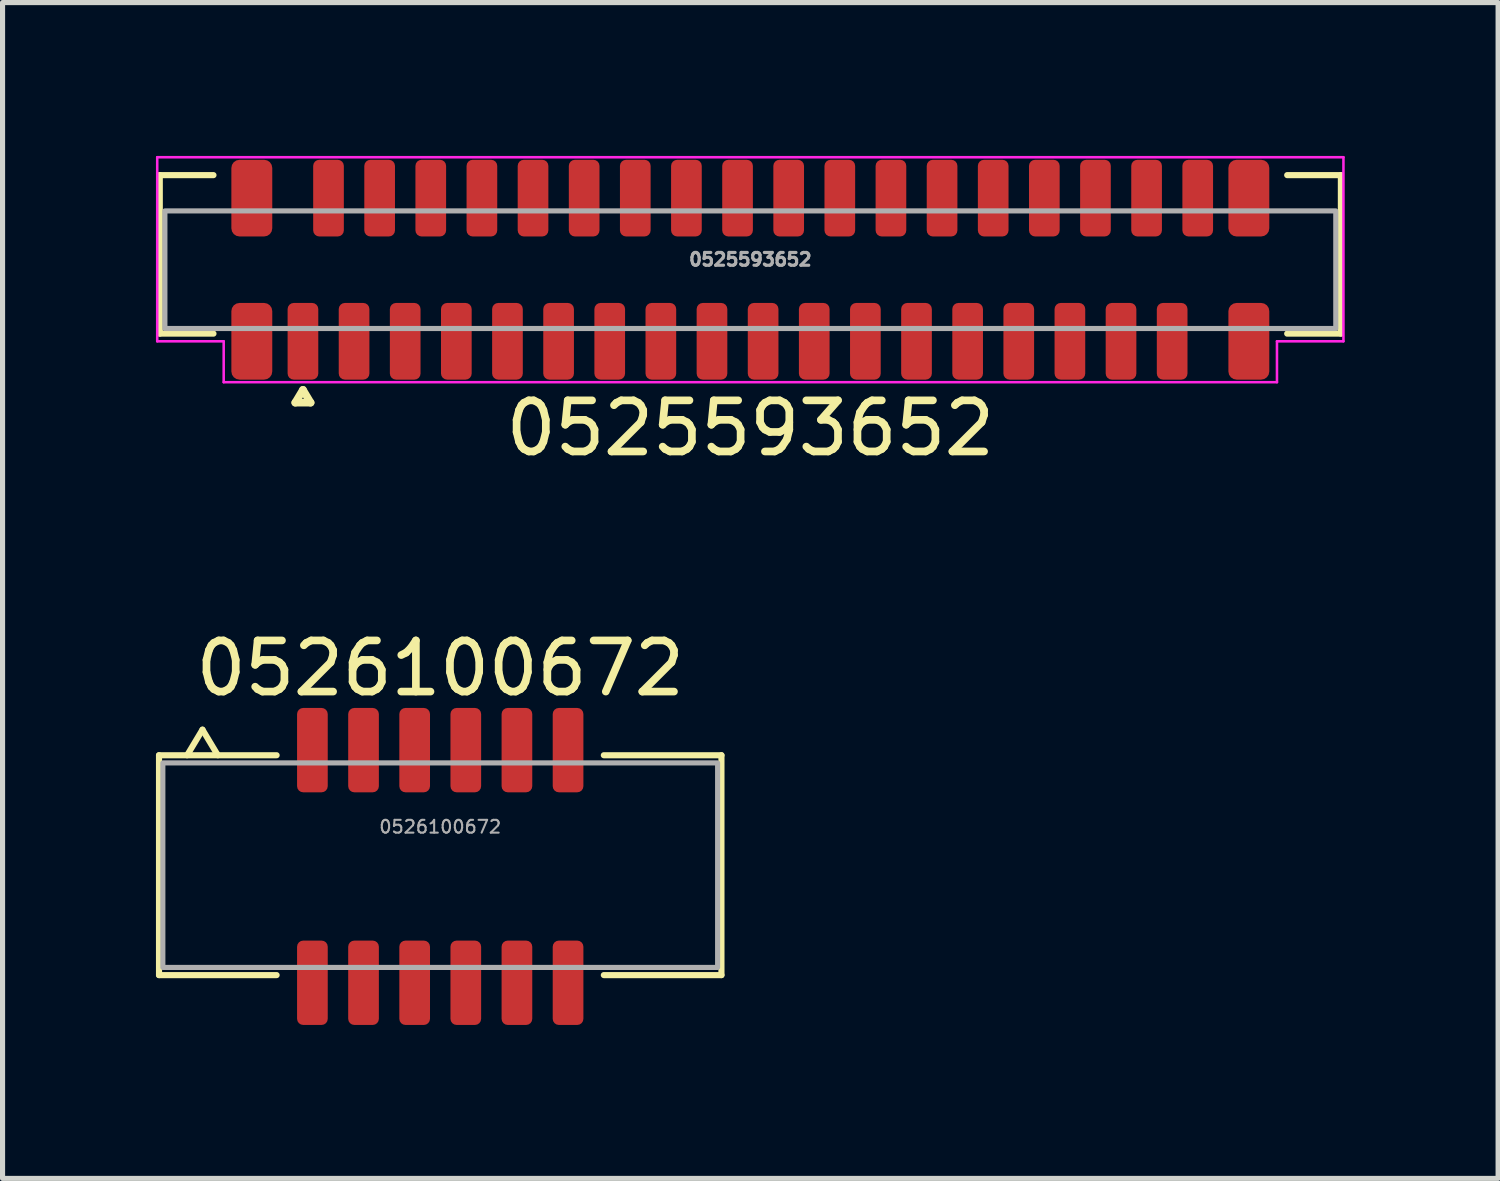
<source format=kicad_pcb>
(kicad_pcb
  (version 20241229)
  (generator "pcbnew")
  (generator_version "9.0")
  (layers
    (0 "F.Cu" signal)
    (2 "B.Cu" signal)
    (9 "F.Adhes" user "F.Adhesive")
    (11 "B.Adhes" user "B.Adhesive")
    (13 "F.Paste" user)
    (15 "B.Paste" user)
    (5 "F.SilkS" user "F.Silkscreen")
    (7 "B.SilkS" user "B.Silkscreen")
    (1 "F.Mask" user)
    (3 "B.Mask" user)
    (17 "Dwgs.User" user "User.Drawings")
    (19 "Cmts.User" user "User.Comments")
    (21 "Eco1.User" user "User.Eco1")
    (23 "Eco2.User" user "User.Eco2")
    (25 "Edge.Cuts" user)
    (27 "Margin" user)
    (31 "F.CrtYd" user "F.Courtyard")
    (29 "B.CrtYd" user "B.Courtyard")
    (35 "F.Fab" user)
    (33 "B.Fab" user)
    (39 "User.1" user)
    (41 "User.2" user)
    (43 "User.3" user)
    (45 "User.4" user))
  (footprint "0525593652"
    (layer "F.Cu")
    (at 11.625 2.225)
    (property "Reference" "0525593652" (at 0 3.1 0) (unlocked yes) (layer "F.SilkS") (effects (font (size 1 1) (thickness 0.15))))
    (attr smd)
    (fp_line (start -11.55 -1.85) (end -10.5 -1.85) (stroke (width 0.12) (type solid)) (layer "F.SilkS"))
    (fp_line (start -11.55 1.25) (end -11.55 -1.85) (stroke (width 0.12) (type solid)) (layer "F.SilkS"))
    (fp_line (start -10.5 1.25) (end -11.55 1.25) (stroke (width 0.12) (type solid)) (layer "F.SilkS"))
    (fp_line (start -8.9 2.6) (end -8.6 2.6) (stroke (width 0.15) (type solid)) (layer "F.SilkS"))
    (fp_line (start -8.75 2.35) (end -8.9 2.6) (stroke (width 0.15) (type solid)) (layer "F.SilkS"))
    (fp_line (start -8.6 2.6) (end -8.75 2.35) (stroke (width 0.15) (type solid)) (layer "F.SilkS"))
    (fp_line (start 10.5 1.25) (end 11.55 1.25) (stroke (width 0.12) (type solid)) (layer "F.SilkS"))
    (fp_line (start 11.55 -1.85) (end 10.5 -1.85) (stroke (width 0.12) (type solid)) (layer "F.SilkS"))
    (fp_line (start 11.55 1.25) (end 11.55 -1.85) (stroke (width 0.12) (type solid)) (layer "F.SilkS"))
    (fp_line (start -11.6 -2.2) (end 11.6 -2.2) (stroke (width 0.05) (type solid)) (layer "F.CrtYd"))
    (fp_line (start -11.6 1.4) (end -11.6 -2.2) (stroke (width 0.05) (type solid)) (layer "F.CrtYd"))
    (fp_line (start -10.3 1.4) (end -11.6 1.4) (stroke (width 0.05) (type solid)) (layer "F.CrtYd"))
    (fp_line (start -10.3 2.2) (end -10.3 1.4) (stroke (width 0.05) (type solid)) (layer "F.CrtYd"))
    (fp_line (start 10.3 1.4) (end 10.3 2.2) (stroke (width 0.05) (type solid)) (layer "F.CrtYd"))
    (fp_line (start 10.3 2.2) (end -10.3 2.2) (stroke (width 0.05) (type solid)) (layer "F.CrtYd"))
    (fp_line (start 11.6 -2.2) (end 11.6 1.4) (stroke (width 0.05) (type solid)) (layer "F.CrtYd"))
    (fp_line (start 11.6 1.4) (end 10.3 1.4) (stroke (width 0.05) (type solid)) (layer "F.CrtYd"))
    (fp_rect (start -11.45 -1.15) (end 11.45 1.15) (stroke (width 0.1) (type solid)) (fill no) (layer "F.Fab"))
    (fp_text user "${REFERENCE}" (at 0 -0.2 0) (unlocked yes) (layer "F.Fab") (effects (font (size 0.25 0.25) (thickness 0.062))))
    (pad "1" smd roundrect (at -8.75 1.4) (size 0.6 1.5) (layers "F.Cu" "F.Mask" "F.Paste") (roundrect_rratio 0.2))
    (pad "2" smd roundrect (at -8.25 -1.4) (size 0.6 1.5) (layers "F.Cu" "F.Mask" "F.Paste") (roundrect_rratio 0.2))
    (pad "3" smd roundrect (at -7.75 1.4) (size 0.6 1.5) (layers "F.Cu" "F.Mask" "F.Paste") (roundrect_rratio 0.2))
    (pad "4" smd roundrect (at -7.25 -1.4) (size 0.6 1.5) (layers "F.Cu" "F.Mask" "F.Paste") (roundrect_rratio 0.2))
    (pad "5" smd roundrect (at -6.75 1.4) (size 0.6 1.5) (layers "F.Cu" "F.Mask" "F.Paste") (roundrect_rratio 0.2))
    (pad "6" smd roundrect (at -6.25 -1.4) (size 0.6 1.5) (layers "F.Cu" "F.Mask" "F.Paste") (roundrect_rratio 0.2))
    (pad "7" smd roundrect (at -5.75 1.4) (size 0.6 1.5) (layers "F.Cu" "F.Mask" "F.Paste") (roundrect_rratio 0.2))
    (pad "8" smd roundrect (at -5.25 -1.4) (size 0.6 1.5) (layers "F.Cu" "F.Mask" "F.Paste") (roundrect_rratio 0.2))
    (pad "9" smd roundrect (at -4.75 1.4) (size 0.6 1.5) (layers "F.Cu" "F.Mask" "F.Paste") (roundrect_rratio 0.2))
    (pad "10" smd roundrect (at -4.25 -1.4) (size 0.6 1.5) (layers "F.Cu" "F.Mask" "F.Paste") (roundrect_rratio 0.2))
    (pad "11" smd roundrect (at -3.75 1.4) (size 0.6 1.5) (layers "F.Cu" "F.Mask" "F.Paste") (roundrect_rratio 0.2))
    (pad "12" smd roundrect (at -3.25 -1.4) (size 0.6 1.5) (layers "F.Cu" "F.Mask" "F.Paste") (roundrect_rratio 0.2))
    (pad "13" smd roundrect (at -2.75 1.4) (size 0.6 1.5) (layers "F.Cu" "F.Mask" "F.Paste") (roundrect_rratio 0.2))
    (pad "14" smd roundrect (at -2.25 -1.4) (size 0.6 1.5) (layers "F.Cu" "F.Mask" "F.Paste") (roundrect_rratio 0.2))
    (pad "15" smd roundrect (at -1.75 1.4) (size 0.6 1.5) (layers "F.Cu" "F.Mask" "F.Paste") (roundrect_rratio 0.2))
    (pad "16" smd roundrect (at -1.25 -1.4) (size 0.6 1.5) (layers "F.Cu" "F.Mask" "F.Paste") (roundrect_rratio 0.2))
    (pad "17" smd roundrect (at -0.75 1.4) (size 0.6 1.5) (layers "F.Cu" "F.Mask" "F.Paste") (roundrect_rratio 0.2))
    (pad "18" smd roundrect (at -0.25 -1.4) (size 0.6 1.5) (layers "F.Cu" "F.Mask" "F.Paste") (roundrect_rratio 0.2))
    (pad "19" smd roundrect (at 0.25 1.4) (size 0.6 1.5) (layers "F.Cu" "F.Mask" "F.Paste") (roundrect_rratio 0.2))
    (pad "20" smd roundrect (at 0.75 -1.4) (size 0.6 1.5) (layers "F.Cu" "F.Mask" "F.Paste") (roundrect_rratio 0.2))
    (pad "21" smd roundrect (at 1.25 1.4) (size 0.6 1.5) (layers "F.Cu" "F.Mask" "F.Paste") (roundrect_rratio 0.2))
    (pad "22" smd roundrect (at 1.75 -1.4) (size 0.6 1.5) (layers "F.Cu" "F.Mask" "F.Paste") (roundrect_rratio 0.2))
    (pad "23" smd roundrect (at 2.25 1.4) (size 0.6 1.5) (layers "F.Cu" "F.Mask" "F.Paste") (roundrect_rratio 0.2))
    (pad "24" smd roundrect (at 2.75 -1.4) (size 0.6 1.5) (layers "F.Cu" "F.Mask" "F.Paste") (roundrect_rratio 0.2))
    (pad "25" smd roundrect (at 3.25 1.4) (size 0.6 1.5) (layers "F.Cu" "F.Mask" "F.Paste") (roundrect_rratio 0.2))
    (pad "26" smd roundrect (at 3.75 -1.4) (size 0.6 1.5) (layers "F.Cu" "F.Mask" "F.Paste") (roundrect_rratio 0.2))
    (pad "27" smd roundrect (at 4.25 1.4) (size 0.6 1.5) (layers "F.Cu" "F.Mask" "F.Paste") (roundrect_rratio 0.2))
    (pad "28" smd roundrect (at 4.75 -1.4) (size 0.6 1.5) (layers "F.Cu" "F.Mask" "F.Paste") (roundrect_rratio 0.2))
    (pad "29" smd roundrect (at 5.25 1.4) (size 0.6 1.5) (layers "F.Cu" "F.Mask" "F.Paste") (roundrect_rratio 0.2))
    (pad "30" smd roundrect (at 5.75 -1.4) (size 0.6 1.5) (layers "F.Cu" "F.Mask" "F.Paste") (roundrect_rratio 0.2))
    (pad "31" smd roundrect (at 6.25 1.4) (size 0.6 1.5) (layers "F.Cu" "F.Mask" "F.Paste") (roundrect_rratio 0.2))
    (pad "32" smd roundrect (at 6.75 -1.4) (size 0.6 1.5) (layers "F.Cu" "F.Mask" "F.Paste") (roundrect_rratio 0.2))
    (pad "33" smd roundrect (at 7.25 1.4) (size 0.6 1.5) (layers "F.Cu" "F.Mask" "F.Paste") (roundrect_rratio 0.2))
    (pad "34" smd roundrect (at 7.75 -1.4) (size 0.6 1.5) (layers "F.Cu" "F.Mask" "F.Paste") (roundrect_rratio 0.2))
    (pad "35" smd roundrect (at 8.25 1.4) (size 0.6 1.5) (layers "F.Cu" "F.Mask" "F.Paste") (roundrect_rratio 0.2))
    (pad "36" smd roundrect (at 8.75 -1.4) (size 0.6 1.5) (layers "F.Cu" "F.Mask" "F.Paste") (roundrect_rratio 0.2))
    (pad "M" smd roundrect (at -9.75 -1.4) (size 0.8 1.5) (layers "F.Cu" "F.Mask" "F.Paste") (roundrect_rratio 0.2))
    (pad "M" smd roundrect (at -9.75 1.4) (size 0.8 1.5) (layers "F.Cu" "F.Mask" "F.Paste") (roundrect_rratio 0.2))
    (pad "M" smd roundrect (at 9.75 -1.4) (size 0.8 1.5) (layers "F.Cu" "F.Mask" "F.Paste") (roundrect_rratio 0.2))
    (pad "M" smd roundrect (at 9.75 1.4) (size 0.8 1.5) (layers "F.Cu" "F.Mask" "F.Paste") (roundrect_rratio 0.2)))
  (footprint "0526100672"
    (layer "F.Cu")
    (at 5.56 11.621)
    (property "Reference" "0526100672" (at 0 -1.6 0) (unlocked yes) (layer "F.SilkS") (effects (font (size 1 1) (thickness 0.15))))
    (attr smd)
    (fp_line (start -5.5 0.1) (end -3.2 0.1) (stroke (width 0.12) (type default)) (layer "F.SilkS"))
    (fp_line (start -5.5 4.4) (end -5.5 0.1) (stroke (width 0.12) (type default)) (layer "F.SilkS"))
    (fp_line (start -5.5 4.4) (end -3.2 4.4) (stroke (width 0.12) (type default)) (layer "F.SilkS"))
    (fp_line (start -4.65 -0.4) (end -4.95 0.1) (stroke (width 0.12) (type default)) (layer "F.SilkS"))
    (fp_line (start -4.35 0.1) (end -4.65 -0.4) (stroke (width 0.12) (type default)) (layer "F.SilkS"))
    (fp_line (start 5.5 0.1) (end 3.2 0.1) (stroke (width 0.12) (type default)) (layer "F.SilkS"))
    (fp_line (start 5.5 4.4) (end 3.2 4.4) (stroke (width 0.12) (type default)) (layer "F.SilkS"))
    (fp_line (start 5.5 4.4) (end 5.5 0.1) (stroke (width 0.12) (type default)) (layer "F.SilkS"))
    (fp_rect (start -5.425 0.25) (end 5.425 4.25) (stroke (width 0.1) (type default)) (fill no) (layer "F.Fab"))
    (fp_text user "${REFERENCE}" (at 0 1.5 0) (unlocked yes) (layer "F.Fab") (effects (font (size 0.25 0.25) (thickness 0.04))))
    (pad "1" smd roundrect (at -2.5 0) (size 0.6 1.65) (layers "F.Cu" "F.Mask" "F.Paste") (roundrect_rratio 0.2))
    (pad "1" smd roundrect (at -2.5 4.55) (size 0.6 1.65) (layers "F.Cu" "F.Mask" "F.Paste") (roundrect_rratio 0.2))
    (pad "2" smd roundrect (at -1.5 0) (size 0.6 1.65) (layers "F.Cu" "F.Mask" "F.Paste") (roundrect_rratio 0.2))
    (pad "2" smd roundrect (at -1.5 4.55) (size 0.6 1.65) (layers "F.Cu" "F.Mask" "F.Paste") (roundrect_rratio 0.2))
    (pad "3" smd roundrect (at -0.5 0) (size 0.6 1.65) (layers "F.Cu" "F.Mask" "F.Paste") (roundrect_rratio 0.2))
    (pad "3" smd roundrect (at -0.5 4.55) (size 0.6 1.65) (layers "F.Cu" "F.Mask" "F.Paste") (roundrect_rratio 0.2))
    (pad "4" smd roundrect (at 0.5 0) (size 0.6 1.65) (layers "F.Cu" "F.Mask" "F.Paste") (roundrect_rratio 0.2))
    (pad "4" smd roundrect (at 0.5 4.55) (size 0.6 1.65) (layers "F.Cu" "F.Mask" "F.Paste") (roundrect_rratio 0.2))
    (pad "5" smd roundrect (at 1.5 0) (size 0.6 1.65) (layers "F.Cu" "F.Mask" "F.Paste") (roundrect_rratio 0.2))
    (pad "5" smd roundrect (at 1.5 4.55) (size 0.6 1.65) (layers "F.Cu" "F.Mask" "F.Paste") (roundrect_rratio 0.2))
    (pad "6" smd roundrect (at 2.5 0) (size 0.6 1.65) (layers "F.Cu" "F.Mask" "F.Paste") (roundrect_rratio 0.2))
    (pad "6" smd roundrect (at 2.5 4.55) (size 0.6 1.65) (layers "F.Cu" "F.Mask" "F.Paste") (roundrect_rratio 0.2)))
  (gr_rect
    (start -3 -3)
    (end 26.25 19.997)
    (stroke (width 0.1) (type default))
    (fill no)
    (layer "Edge.Cuts")))
</source>
